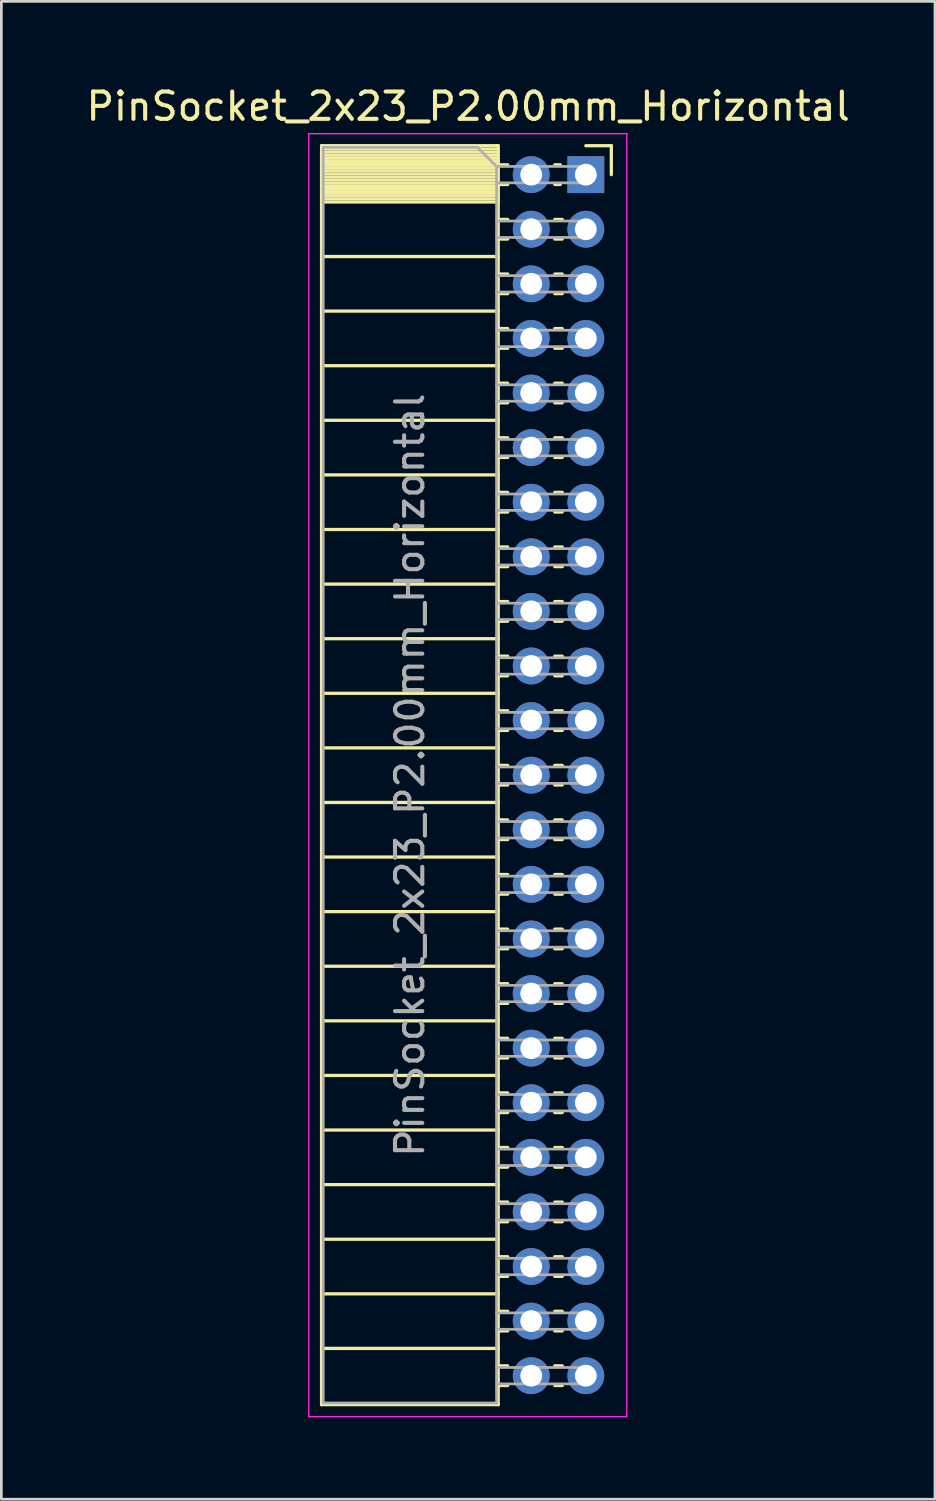
<source format=kicad_pcb>
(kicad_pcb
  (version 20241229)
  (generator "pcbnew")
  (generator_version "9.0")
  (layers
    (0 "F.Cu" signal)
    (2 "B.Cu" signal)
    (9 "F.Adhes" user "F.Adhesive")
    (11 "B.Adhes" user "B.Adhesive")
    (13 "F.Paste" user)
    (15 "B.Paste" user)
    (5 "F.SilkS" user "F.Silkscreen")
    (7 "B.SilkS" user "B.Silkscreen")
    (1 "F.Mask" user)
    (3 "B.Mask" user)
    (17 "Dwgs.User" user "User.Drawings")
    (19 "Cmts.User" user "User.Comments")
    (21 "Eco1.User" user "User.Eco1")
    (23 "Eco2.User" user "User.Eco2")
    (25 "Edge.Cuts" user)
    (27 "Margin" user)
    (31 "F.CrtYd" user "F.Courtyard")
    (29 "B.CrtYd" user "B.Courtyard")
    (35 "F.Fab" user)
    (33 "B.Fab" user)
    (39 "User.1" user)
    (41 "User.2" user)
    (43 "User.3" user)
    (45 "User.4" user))
  (footprint "PinSocket_2x23_P2.00mm_Horizontal"
    (layer "F.Cu")
    (at 18.411 3.348)
    (property "Reference" "PinSocket_2x23_P2.00mm_Horizontal" (at -4.31 -2.5 0) (layer "F.SilkS") (effects (font (size 1 1) (thickness 0.15))))
    (attr through_hole)
    (fp_line (start -9.68 -1.06) (end -9.68 45.06) (stroke (width 0.12) (type solid)) (layer "F.SilkS"))
    (fp_line (start -9.68 -1.06) (end -3.21 -1.06) (stroke (width 0.12) (type solid)) (layer "F.SilkS"))
    (fp_line (start -9.68 -0.94) (end -3.21 -0.94) (stroke (width 0.12) (type solid)) (layer "F.SilkS"))
    (fp_line (start -9.68 -0.826) (end -3.21 -0.826) (stroke (width 0.12) (type solid)) (layer "F.SilkS"))
    (fp_line (start -9.68 -0.712) (end -3.21 -0.712) (stroke (width 0.12) (type solid)) (layer "F.SilkS"))
    (fp_line (start -9.68 -0.598) (end -3.21 -0.598) (stroke (width 0.12) (type solid)) (layer "F.SilkS"))
    (fp_line (start -9.68 -0.484) (end -3.21 -0.484) (stroke (width 0.12) (type solid)) (layer "F.SilkS"))
    (fp_line (start -9.68 -0.369) (end -3.21 -0.369) (stroke (width 0.12) (type solid)) (layer "F.SilkS"))
    (fp_line (start -9.68 -0.255) (end -3.21 -0.255) (stroke (width 0.12) (type solid)) (layer "F.SilkS"))
    (fp_line (start -9.68 -0.141) (end -3.21 -0.141) (stroke (width 0.12) (type solid)) (layer "F.SilkS"))
    (fp_line (start -9.68 -0.027) (end -3.21 -0.027) (stroke (width 0.12) (type solid)) (layer "F.SilkS"))
    (fp_line (start -9.68 0.087) (end -3.21 0.087) (stroke (width 0.12) (type solid)) (layer "F.SilkS"))
    (fp_line (start -9.68 0.201) (end -3.21 0.201) (stroke (width 0.12) (type solid)) (layer "F.SilkS"))
    (fp_line (start -9.68 0.315) (end -3.21 0.315) (stroke (width 0.12) (type solid)) (layer "F.SilkS"))
    (fp_line (start -9.68 0.429) (end -3.21 0.429) (stroke (width 0.12) (type solid)) (layer "F.SilkS"))
    (fp_line (start -9.68 0.544) (end -3.21 0.544) (stroke (width 0.12) (type solid)) (layer "F.SilkS"))
    (fp_line (start -9.68 0.658) (end -3.21 0.658) (stroke (width 0.12) (type solid)) (layer "F.SilkS"))
    (fp_line (start -9.68 0.772) (end -3.21 0.772) (stroke (width 0.12) (type solid)) (layer "F.SilkS"))
    (fp_line (start -9.68 0.886) (end -3.21 0.886) (stroke (width 0.12) (type solid)) (layer "F.SilkS"))
    (fp_line (start -9.68 1) (end -3.21 1) (stroke (width 0.12) (type solid)) (layer "F.SilkS"))
    (fp_line (start -9.68 3) (end -3.21 3) (stroke (width 0.12) (type solid)) (layer "F.SilkS"))
    (fp_line (start -9.68 5) (end -3.21 5) (stroke (width 0.12) (type solid)) (layer "F.SilkS"))
    (fp_line (start -9.68 7) (end -3.21 7) (stroke (width 0.12) (type solid)) (layer "F.SilkS"))
    (fp_line (start -9.68 9) (end -3.21 9) (stroke (width 0.12) (type solid)) (layer "F.SilkS"))
    (fp_line (start -9.68 11) (end -3.21 11) (stroke (width 0.12) (type solid)) (layer "F.SilkS"))
    (fp_line (start -9.68 13) (end -3.21 13) (stroke (width 0.12) (type solid)) (layer "F.SilkS"))
    (fp_line (start -9.68 15) (end -3.21 15) (stroke (width 0.12) (type solid)) (layer "F.SilkS"))
    (fp_line (start -9.68 17) (end -3.21 17) (stroke (width 0.12) (type solid)) (layer "F.SilkS"))
    (fp_line (start -9.68 19) (end -3.21 19) (stroke (width 0.12) (type solid)) (layer "F.SilkS"))
    (fp_line (start -9.68 21) (end -3.21 21) (stroke (width 0.12) (type solid)) (layer "F.SilkS"))
    (fp_line (start -9.68 23) (end -3.21 23) (stroke (width 0.12) (type solid)) (layer "F.SilkS"))
    (fp_line (start -9.68 25) (end -3.21 25) (stroke (width 0.12) (type solid)) (layer "F.SilkS"))
    (fp_line (start -9.68 27) (end -3.21 27) (stroke (width 0.12) (type solid)) (layer "F.SilkS"))
    (fp_line (start -9.68 29) (end -3.21 29) (stroke (width 0.12) (type solid)) (layer "F.SilkS"))
    (fp_line (start -9.68 31) (end -3.21 31) (stroke (width 0.12) (type solid)) (layer "F.SilkS"))
    (fp_line (start -9.68 33) (end -3.21 33) (stroke (width 0.12) (type solid)) (layer "F.SilkS"))
    (fp_line (start -9.68 35) (end -3.21 35) (stroke (width 0.12) (type solid)) (layer "F.SilkS"))
    (fp_line (start -9.68 37) (end -3.21 37) (stroke (width 0.12) (type solid)) (layer "F.SilkS"))
    (fp_line (start -9.68 39) (end -3.21 39) (stroke (width 0.12) (type solid)) (layer "F.SilkS"))
    (fp_line (start -9.68 41) (end -3.21 41) (stroke (width 0.12) (type solid)) (layer "F.SilkS"))
    (fp_line (start -9.68 43) (end -3.21 43) (stroke (width 0.12) (type solid)) (layer "F.SilkS"))
    (fp_line (start -9.68 45.06) (end -3.21 45.06) (stroke (width 0.12) (type solid)) (layer "F.SilkS"))
    (fp_line (start -3.21 -1.06) (end -3.21 45.06) (stroke (width 0.12) (type solid)) (layer "F.SilkS"))
    (fp_line (start -3.21 -0.36) (end -2.863 -0.36) (stroke (width 0.12) (type solid)) (layer "F.SilkS"))
    (fp_line (start -3.21 0.36) (end -2.863 0.36) (stroke (width 0.12) (type solid)) (layer "F.SilkS"))
    (fp_line (start -3.21 1.64) (end -2.863 1.64) (stroke (width 0.12) (type solid)) (layer "F.SilkS"))
    (fp_line (start -3.21 2.36) (end -2.863 2.36) (stroke (width 0.12) (type solid)) (layer "F.SilkS"))
    (fp_line (start -3.21 3.64) (end -2.863 3.64) (stroke (width 0.12) (type solid)) (layer "F.SilkS"))
    (fp_line (start -3.21 4.36) (end -2.863 4.36) (stroke (width 0.12) (type solid)) (layer "F.SilkS"))
    (fp_line (start -3.21 5.64) (end -2.863 5.64) (stroke (width 0.12) (type solid)) (layer "F.SilkS"))
    (fp_line (start -3.21 6.36) (end -2.863 6.36) (stroke (width 0.12) (type solid)) (layer "F.SilkS"))
    (fp_line (start -3.21 7.64) (end -2.863 7.64) (stroke (width 0.12) (type solid)) (layer "F.SilkS"))
    (fp_line (start -3.21 8.36) (end -2.863 8.36) (stroke (width 0.12) (type solid)) (layer "F.SilkS"))
    (fp_line (start -3.21 9.64) (end -2.863 9.64) (stroke (width 0.12) (type solid)) (layer "F.SilkS"))
    (fp_line (start -3.21 10.36) (end -2.863 10.36) (stroke (width 0.12) (type solid)) (layer "F.SilkS"))
    (fp_line (start -3.21 11.64) (end -2.863 11.64) (stroke (width 0.12) (type solid)) (layer "F.SilkS"))
    (fp_line (start -3.21 12.36) (end -2.863 12.36) (stroke (width 0.12) (type solid)) (layer "F.SilkS"))
    (fp_line (start -3.21 13.64) (end -2.863 13.64) (stroke (width 0.12) (type solid)) (layer "F.SilkS"))
    (fp_line (start -3.21 14.36) (end -2.863 14.36) (stroke (width 0.12) (type solid)) (layer "F.SilkS"))
    (fp_line (start -3.21 15.64) (end -2.863 15.64) (stroke (width 0.12) (type solid)) (layer "F.SilkS"))
    (fp_line (start -3.21 16.36) (end -2.863 16.36) (stroke (width 0.12) (type solid)) (layer "F.SilkS"))
    (fp_line (start -3.21 17.64) (end -2.863 17.64) (stroke (width 0.12) (type solid)) (layer "F.SilkS"))
    (fp_line (start -3.21 18.36) (end -2.863 18.36) (stroke (width 0.12) (type solid)) (layer "F.SilkS"))
    (fp_line (start -3.21 19.64) (end -2.863 19.64) (stroke (width 0.12) (type solid)) (layer "F.SilkS"))
    (fp_line (start -3.21 20.36) (end -2.863 20.36) (stroke (width 0.12) (type solid)) (layer "F.SilkS"))
    (fp_line (start -3.21 21.64) (end -2.863 21.64) (stroke (width 0.12) (type solid)) (layer "F.SilkS"))
    (fp_line (start -3.21 22.36) (end -2.863 22.36) (stroke (width 0.12) (type solid)) (layer "F.SilkS"))
    (fp_line (start -3.21 23.64) (end -2.863 23.64) (stroke (width 0.12) (type solid)) (layer "F.SilkS"))
    (fp_line (start -3.21 24.36) (end -2.863 24.36) (stroke (width 0.12) (type solid)) (layer "F.SilkS"))
    (fp_line (start -3.21 25.64) (end -2.863 25.64) (stroke (width 0.12) (type solid)) (layer "F.SilkS"))
    (fp_line (start -3.21 26.36) (end -2.863 26.36) (stroke (width 0.12) (type solid)) (layer "F.SilkS"))
    (fp_line (start -3.21 27.64) (end -2.863 27.64) (stroke (width 0.12) (type solid)) (layer "F.SilkS"))
    (fp_line (start -3.21 28.36) (end -2.863 28.36) (stroke (width 0.12) (type solid)) (layer "F.SilkS"))
    (fp_line (start -3.21 29.64) (end -2.863 29.64) (stroke (width 0.12) (type solid)) (layer "F.SilkS"))
    (fp_line (start -3.21 30.36) (end -2.863 30.36) (stroke (width 0.12) (type solid)) (layer "F.SilkS"))
    (fp_line (start -3.21 31.64) (end -2.863 31.64) (stroke (width 0.12) (type solid)) (layer "F.SilkS"))
    (fp_line (start -3.21 32.36) (end -2.863 32.36) (stroke (width 0.12) (type solid)) (layer "F.SilkS"))
    (fp_line (start -3.21 33.64) (end -2.863 33.64) (stroke (width 0.12) (type solid)) (layer "F.SilkS"))
    (fp_line (start -3.21 34.36) (end -2.863 34.36) (stroke (width 0.12) (type solid)) (layer "F.SilkS"))
    (fp_line (start -3.21 35.64) (end -2.863 35.64) (stroke (width 0.12) (type solid)) (layer "F.SilkS"))
    (fp_line (start -3.21 36.36) (end -2.863 36.36) (stroke (width 0.12) (type solid)) (layer "F.SilkS"))
    (fp_line (start -3.21 37.64) (end -2.863 37.64) (stroke (width 0.12) (type solid)) (layer "F.SilkS"))
    (fp_line (start -3.21 38.36) (end -2.863 38.36) (stroke (width 0.12) (type solid)) (layer "F.SilkS"))
    (fp_line (start -3.21 39.64) (end -2.863 39.64) (stroke (width 0.12) (type solid)) (layer "F.SilkS"))
    (fp_line (start -3.21 40.36) (end -2.863 40.36) (stroke (width 0.12) (type solid)) (layer "F.SilkS"))
    (fp_line (start -3.21 41.64) (end -2.863 41.64) (stroke (width 0.12) (type solid)) (layer "F.SilkS"))
    (fp_line (start -3.21 42.36) (end -2.863 42.36) (stroke (width 0.12) (type solid)) (layer "F.SilkS"))
    (fp_line (start -3.21 43.64) (end -2.863 43.64) (stroke (width 0.12) (type solid)) (layer "F.SilkS"))
    (fp_line (start -3.21 44.36) (end -2.863 44.36) (stroke (width 0.12) (type solid)) (layer "F.SilkS"))
    (fp_line (start -1.137 -0.36) (end -0.935 -0.36) (stroke (width 0.12) (type solid)) (layer "F.SilkS"))
    (fp_line (start -1.137 0.36) (end -0.935 0.36) (stroke (width 0.12) (type solid)) (layer "F.SilkS"))
    (fp_line (start -1.137 1.64) (end -0.863 1.64) (stroke (width 0.12) (type solid)) (layer "F.SilkS"))
    (fp_line (start -1.137 2.36) (end -0.863 2.36) (stroke (width 0.12) (type solid)) (layer "F.SilkS"))
    (fp_line (start -1.137 3.64) (end -0.863 3.64) (stroke (width 0.12) (type solid)) (layer "F.SilkS"))
    (fp_line (start -1.137 4.36) (end -0.863 4.36) (stroke (width 0.12) (type solid)) (layer "F.SilkS"))
    (fp_line (start -1.137 5.64) (end -0.863 5.64) (stroke (width 0.12) (type solid)) (layer "F.SilkS"))
    (fp_line (start -1.137 6.36) (end -0.863 6.36) (stroke (width 0.12) (type solid)) (layer "F.SilkS"))
    (fp_line (start -1.137 7.64) (end -0.863 7.64) (stroke (width 0.12) (type solid)) (layer "F.SilkS"))
    (fp_line (start -1.137 8.36) (end -0.863 8.36) (stroke (width 0.12) (type solid)) (layer "F.SilkS"))
    (fp_line (start -1.137 9.64) (end -0.863 9.64) (stroke (width 0.12) (type solid)) (layer "F.SilkS"))
    (fp_line (start -1.137 10.36) (end -0.863 10.36) (stroke (width 0.12) (type solid)) (layer "F.SilkS"))
    (fp_line (start -1.137 11.64) (end -0.863 11.64) (stroke (width 0.12) (type solid)) (layer "F.SilkS"))
    (fp_line (start -1.137 12.36) (end -0.863 12.36) (stroke (width 0.12) (type solid)) (layer "F.SilkS"))
    (fp_line (start -1.137 13.64) (end -0.863 13.64) (stroke (width 0.12) (type solid)) (layer "F.SilkS"))
    (fp_line (start -1.137 14.36) (end -0.863 14.36) (stroke (width 0.12) (type solid)) (layer "F.SilkS"))
    (fp_line (start -1.137 15.64) (end -0.863 15.64) (stroke (width 0.12) (type solid)) (layer "F.SilkS"))
    (fp_line (start -1.137 16.36) (end -0.863 16.36) (stroke (width 0.12) (type solid)) (layer "F.SilkS"))
    (fp_line (start -1.137 17.64) (end -0.863 17.64) (stroke (width 0.12) (type solid)) (layer "F.SilkS"))
    (fp_line (start -1.137 18.36) (end -0.863 18.36) (stroke (width 0.12) (type solid)) (layer "F.SilkS"))
    (fp_line (start -1.137 19.64) (end -0.863 19.64) (stroke (width 0.12) (type solid)) (layer "F.SilkS"))
    (fp_line (start -1.137 20.36) (end -0.863 20.36) (stroke (width 0.12) (type solid)) (layer "F.SilkS"))
    (fp_line (start -1.137 21.64) (end -0.863 21.64) (stroke (width 0.12) (type solid)) (layer "F.SilkS"))
    (fp_line (start -1.137 22.36) (end -0.863 22.36) (stroke (width 0.12) (type solid)) (layer "F.SilkS"))
    (fp_line (start -1.137 23.64) (end -0.863 23.64) (stroke (width 0.12) (type solid)) (layer "F.SilkS"))
    (fp_line (start -1.137 24.36) (end -0.863 24.36) (stroke (width 0.12) (type solid)) (layer "F.SilkS"))
    (fp_line (start -1.137 25.64) (end -0.863 25.64) (stroke (width 0.12) (type solid)) (layer "F.SilkS"))
    (fp_line (start -1.137 26.36) (end -0.863 26.36) (stroke (width 0.12) (type solid)) (layer "F.SilkS"))
    (fp_line (start -1.137 27.64) (end -0.863 27.64) (stroke (width 0.12) (type solid)) (layer "F.SilkS"))
    (fp_line (start -1.137 28.36) (end -0.863 28.36) (stroke (width 0.12) (type solid)) (layer "F.SilkS"))
    (fp_line (start -1.137 29.64) (end -0.863 29.64) (stroke (width 0.12) (type solid)) (layer "F.SilkS"))
    (fp_line (start -1.137 30.36) (end -0.863 30.36) (stroke (width 0.12) (type solid)) (layer "F.SilkS"))
    (fp_line (start -1.137 31.64) (end -0.863 31.64) (stroke (width 0.12) (type solid)) (layer "F.SilkS"))
    (fp_line (start -1.137 32.36) (end -0.863 32.36) (stroke (width 0.12) (type solid)) (layer "F.SilkS"))
    (fp_line (start -1.137 33.64) (end -0.863 33.64) (stroke (width 0.12) (type solid)) (layer "F.SilkS"))
    (fp_line (start -1.137 34.36) (end -0.863 34.36) (stroke (width 0.12) (type solid)) (layer "F.SilkS"))
    (fp_line (start -1.137 35.64) (end -0.863 35.64) (stroke (width 0.12) (type solid)) (layer "F.SilkS"))
    (fp_line (start -1.137 36.36) (end -0.863 36.36) (stroke (width 0.12) (type solid)) (layer "F.SilkS"))
    (fp_line (start -1.137 37.64) (end -0.863 37.64) (stroke (width 0.12) (type solid)) (layer "F.SilkS"))
    (fp_line (start -1.137 38.36) (end -0.863 38.36) (stroke (width 0.12) (type solid)) (layer "F.SilkS"))
    (fp_line (start -1.137 39.64) (end -0.863 39.64) (stroke (width 0.12) (type solid)) (layer "F.SilkS"))
    (fp_line (start -1.137 40.36) (end -0.863 40.36) (stroke (width 0.12) (type solid)) (layer "F.SilkS"))
    (fp_line (start -1.137 41.64) (end -0.863 41.64) (stroke (width 0.12) (type solid)) (layer "F.SilkS"))
    (fp_line (start -1.137 42.36) (end -0.863 42.36) (stroke (width 0.12) (type solid)) (layer "F.SilkS"))
    (fp_line (start -1.137 43.64) (end -0.863 43.64) (stroke (width 0.12) (type solid)) (layer "F.SilkS"))
    (fp_line (start -1.137 44.36) (end -0.863 44.36) (stroke (width 0.12) (type solid)) (layer "F.SilkS"))
    (fp_line (start 0 -1.06) (end 0.935 -1.06) (stroke (width 0.12) (type solid)) (layer "F.SilkS"))
    (fp_line (start 0.935 -1.06) (end 0.935 0) (stroke (width 0.12) (type solid)) (layer "F.SilkS"))
    (fp_line (start -10.15 -1.5) (end -10.15 45.5) (stroke (width 0.05) (type solid)) (layer "F.CrtYd"))
    (fp_line (start -10.15 45.5) (end 1.5 45.5) (stroke (width 0.05) (type solid)) (layer "F.CrtYd"))
    (fp_line (start 1.5 -1.5) (end -10.15 -1.5) (stroke (width 0.05) (type solid)) (layer "F.CrtYd"))
    (fp_line (start 1.5 45.5) (end 1.5 -1.5) (stroke (width 0.05) (type solid)) (layer "F.CrtYd"))
    (fp_line (start -9.62 -1) (end -3.97 -1) (stroke (width 0.1) (type solid)) (layer "F.Fab"))
    (fp_line (start -9.62 45) (end -9.62 -1) (stroke (width 0.1) (type solid)) (layer "F.Fab"))
    (fp_line (start -3.97 -1) (end -3.27 -0.3) (stroke (width 0.1) (type solid)) (layer "F.Fab"))
    (fp_line (start -3.27 -0.3) (end -3.27 45) (stroke (width 0.1) (type solid)) (layer "F.Fab"))
    (fp_line (start -3.27 0.3) (end 0 0.3) (stroke (width 0.1) (type solid)) (layer "F.Fab"))
    (fp_line (start -3.27 2.3) (end 0 2.3) (stroke (width 0.1) (type solid)) (layer "F.Fab"))
    (fp_line (start -3.27 4.3) (end 0 4.3) (stroke (width 0.1) (type solid)) (layer "F.Fab"))
    (fp_line (start -3.27 6.3) (end 0 6.3) (stroke (width 0.1) (type solid)) (layer "F.Fab"))
    (fp_line (start -3.27 8.3) (end 0 8.3) (stroke (width 0.1) (type solid)) (layer "F.Fab"))
    (fp_line (start -3.27 10.3) (end 0 10.3) (stroke (width 0.1) (type solid)) (layer "F.Fab"))
    (fp_line (start -3.27 12.3) (end 0 12.3) (stroke (width 0.1) (type solid)) (layer "F.Fab"))
    (fp_line (start -3.27 14.3) (end 0 14.3) (stroke (width 0.1) (type solid)) (layer "F.Fab"))
    (fp_line (start -3.27 16.3) (end 0 16.3) (stroke (width 0.1) (type solid)) (layer "F.Fab"))
    (fp_line (start -3.27 18.3) (end 0 18.3) (stroke (width 0.1) (type solid)) (layer "F.Fab"))
    (fp_line (start -3.27 20.3) (end 0 20.3) (stroke (width 0.1) (type solid)) (layer "F.Fab"))
    (fp_line (start -3.27 22.3) (end 0 22.3) (stroke (width 0.1) (type solid)) (layer "F.Fab"))
    (fp_line (start -3.27 24.3) (end 0 24.3) (stroke (width 0.1) (type solid)) (layer "F.Fab"))
    (fp_line (start -3.27 26.3) (end 0 26.3) (stroke (width 0.1) (type solid)) (layer "F.Fab"))
    (fp_line (start -3.27 28.3) (end 0 28.3) (stroke (width 0.1) (type solid)) (layer "F.Fab"))
    (fp_line (start -3.27 30.3) (end 0 30.3) (stroke (width 0.1) (type solid)) (layer "F.Fab"))
    (fp_line (start -3.27 32.3) (end 0 32.3) (stroke (width 0.1) (type solid)) (layer "F.Fab"))
    (fp_line (start -3.27 34.3) (end 0 34.3) (stroke (width 0.1) (type solid)) (layer "F.Fab"))
    (fp_line (start -3.27 36.3) (end 0 36.3) (stroke (width 0.1) (type solid)) (layer "F.Fab"))
    (fp_line (start -3.27 38.3) (end 0 38.3) (stroke (width 0.1) (type solid)) (layer "F.Fab"))
    (fp_line (start -3.27 40.3) (end 0 40.3) (stroke (width 0.1) (type solid)) (layer "F.Fab"))
    (fp_line (start -3.27 42.3) (end 0 42.3) (stroke (width 0.1) (type solid)) (layer "F.Fab"))
    (fp_line (start -3.27 44.3) (end 0 44.3) (stroke (width 0.1) (type solid)) (layer "F.Fab"))
    (fp_line (start -3.27 45) (end -9.62 45) (stroke (width 0.1) (type solid)) (layer "F.Fab"))
    (fp_line (start 0 -0.3) (end -3.27 -0.3) (stroke (width 0.1) (type solid)) (layer "F.Fab"))
    (fp_line (start 0 0.3) (end 0 -0.3) (stroke (width 0.1) (type solid)) (layer "F.Fab"))
    (fp_line (start 0 1.7) (end -3.27 1.7) (stroke (width 0.1) (type solid)) (layer "F.Fab"))
    (fp_line (start 0 2.3) (end 0 1.7) (stroke (width 0.1) (type solid)) (layer "F.Fab"))
    (fp_line (start 0 3.7) (end -3.27 3.7) (stroke (width 0.1) (type solid)) (layer "F.Fab"))
    (fp_line (start 0 4.3) (end 0 3.7) (stroke (width 0.1) (type solid)) (layer "F.Fab"))
    (fp_line (start 0 5.7) (end -3.27 5.7) (stroke (width 0.1) (type solid)) (layer "F.Fab"))
    (fp_line (start 0 6.3) (end 0 5.7) (stroke (width 0.1) (type solid)) (layer "F.Fab"))
    (fp_line (start 0 7.7) (end -3.27 7.7) (stroke (width 0.1) (type solid)) (layer "F.Fab"))
    (fp_line (start 0 8.3) (end 0 7.7) (stroke (width 0.1) (type solid)) (layer "F.Fab"))
    (fp_line (start 0 9.7) (end -3.27 9.7) (stroke (width 0.1) (type solid)) (layer "F.Fab"))
    (fp_line (start 0 10.3) (end 0 9.7) (stroke (width 0.1) (type solid)) (layer "F.Fab"))
    (fp_line (start 0 11.7) (end -3.27 11.7) (stroke (width 0.1) (type solid)) (layer "F.Fab"))
    (fp_line (start 0 12.3) (end 0 11.7) (stroke (width 0.1) (type solid)) (layer "F.Fab"))
    (fp_line (start 0 13.7) (end -3.27 13.7) (stroke (width 0.1) (type solid)) (layer "F.Fab"))
    (fp_line (start 0 14.3) (end 0 13.7) (stroke (width 0.1) (type solid)) (layer "F.Fab"))
    (fp_line (start 0 15.7) (end -3.27 15.7) (stroke (width 0.1) (type solid)) (layer "F.Fab"))
    (fp_line (start 0 16.3) (end 0 15.7) (stroke (width 0.1) (type solid)) (layer "F.Fab"))
    (fp_line (start 0 17.7) (end -3.27 17.7) (stroke (width 0.1) (type solid)) (layer "F.Fab"))
    (fp_line (start 0 18.3) (end 0 17.7) (stroke (width 0.1) (type solid)) (layer "F.Fab"))
    (fp_line (start 0 19.7) (end -3.27 19.7) (stroke (width 0.1) (type solid)) (layer "F.Fab"))
    (fp_line (start 0 20.3) (end 0 19.7) (stroke (width 0.1) (type solid)) (layer "F.Fab"))
    (fp_line (start 0 21.7) (end -3.27 21.7) (stroke (width 0.1) (type solid)) (layer "F.Fab"))
    (fp_line (start 0 22.3) (end 0 21.7) (stroke (width 0.1) (type solid)) (layer "F.Fab"))
    (fp_line (start 0 23.7) (end -3.27 23.7) (stroke (width 0.1) (type solid)) (layer "F.Fab"))
    (fp_line (start 0 24.3) (end 0 23.7) (stroke (width 0.1) (type solid)) (layer "F.Fab"))
    (fp_line (start 0 25.7) (end -3.27 25.7) (stroke (width 0.1) (type solid)) (layer "F.Fab"))
    (fp_line (start 0 26.3) (end 0 25.7) (stroke (width 0.1) (type solid)) (layer "F.Fab"))
    (fp_line (start 0 27.7) (end -3.27 27.7) (stroke (width 0.1) (type solid)) (layer "F.Fab"))
    (fp_line (start 0 28.3) (end 0 27.7) (stroke (width 0.1) (type solid)) (layer "F.Fab"))
    (fp_line (start 0 29.7) (end -3.27 29.7) (stroke (width 0.1) (type solid)) (layer "F.Fab"))
    (fp_line (start 0 30.3) (end 0 29.7) (stroke (width 0.1) (type solid)) (layer "F.Fab"))
    (fp_line (start 0 31.7) (end -3.27 31.7) (stroke (width 0.1) (type solid)) (layer "F.Fab"))
    (fp_line (start 0 32.3) (end 0 31.7) (stroke (width 0.1) (type solid)) (layer "F.Fab"))
    (fp_line (start 0 33.7) (end -3.27 33.7) (stroke (width 0.1) (type solid)) (layer "F.Fab"))
    (fp_line (start 0 34.3) (end 0 33.7) (stroke (width 0.1) (type solid)) (layer "F.Fab"))
    (fp_line (start 0 35.7) (end -3.27 35.7) (stroke (width 0.1) (type solid)) (layer "F.Fab"))
    (fp_line (start 0 36.3) (end 0 35.7) (stroke (width 0.1) (type solid)) (layer "F.Fab"))
    (fp_line (start 0 37.7) (end -3.27 37.7) (stroke (width 0.1) (type solid)) (layer "F.Fab"))
    (fp_line (start 0 38.3) (end 0 37.7) (stroke (width 0.1) (type solid)) (layer "F.Fab"))
    (fp_line (start 0 39.7) (end -3.27 39.7) (stroke (width 0.1) (type solid)) (layer "F.Fab"))
    (fp_line (start 0 40.3) (end 0 39.7) (stroke (width 0.1) (type solid)) (layer "F.Fab"))
    (fp_line (start 0 41.7) (end -3.27 41.7) (stroke (width 0.1) (type solid)) (layer "F.Fab"))
    (fp_line (start 0 42.3) (end 0 41.7) (stroke (width 0.1) (type solid)) (layer "F.Fab"))
    (fp_line (start 0 43.7) (end -3.27 43.7) (stroke (width 0.1) (type solid)) (layer "F.Fab"))
    (fp_line (start 0 44.3) (end 0 43.7) (stroke (width 0.1) (type solid)) (layer "F.Fab"))
    (fp_text user "${REFERENCE}" (at -6.445 22 90) (layer "F.Fab") (effects (font (size 1 1) (thickness 0.15))))
    (pad "1" thru_hole rect (at 0 0) (size 1.35 1.35) (drill 0.8) (layers "*.Cu" "*.Mask"))
    (pad "2" thru_hole oval (at -2 0) (size 1.35 1.35) (drill 0.8) (layers "*.Cu" "*.Mask"))
    (pad "3" thru_hole oval (at 0 2) (size 1.35 1.35) (drill 0.8) (layers "*.Cu" "*.Mask"))
    (pad "4" thru_hole oval (at -2 2) (size 1.35 1.35) (drill 0.8) (layers "*.Cu" "*.Mask"))
    (pad "5" thru_hole oval (at 0 4) (size 1.35 1.35) (drill 0.8) (layers "*.Cu" "*.Mask"))
    (pad "6" thru_hole oval (at -2 4) (size 1.35 1.35) (drill 0.8) (layers "*.Cu" "*.Mask"))
    (pad "7" thru_hole oval (at 0 6) (size 1.35 1.35) (drill 0.8) (layers "*.Cu" "*.Mask"))
    (pad "8" thru_hole oval (at -2 6) (size 1.35 1.35) (drill 0.8) (layers "*.Cu" "*.Mask"))
    (pad "9" thru_hole oval (at 0 8) (size 1.35 1.35) (drill 0.8) (layers "*.Cu" "*.Mask"))
    (pad "10" thru_hole oval (at -2 8) (size 1.35 1.35) (drill 0.8) (layers "*.Cu" "*.Mask"))
    (pad "11" thru_hole oval (at 0 10) (size 1.35 1.35) (drill 0.8) (layers "*.Cu" "*.Mask"))
    (pad "12" thru_hole oval (at -2 10) (size 1.35 1.35) (drill 0.8) (layers "*.Cu" "*.Mask"))
    (pad "13" thru_hole oval (at 0 12) (size 1.35 1.35) (drill 0.8) (layers "*.Cu" "*.Mask"))
    (pad "14" thru_hole oval (at -2 12) (size 1.35 1.35) (drill 0.8) (layers "*.Cu" "*.Mask"))
    (pad "15" thru_hole oval (at 0 14) (size 1.35 1.35) (drill 0.8) (layers "*.Cu" "*.Mask"))
    (pad "16" thru_hole oval (at -2 14) (size 1.35 1.35) (drill 0.8) (layers "*.Cu" "*.Mask"))
    (pad "17" thru_hole oval (at 0 16) (size 1.35 1.35) (drill 0.8) (layers "*.Cu" "*.Mask"))
    (pad "18" thru_hole oval (at -2 16) (size 1.35 1.35) (drill 0.8) (layers "*.Cu" "*.Mask"))
    (pad "19" thru_hole oval (at 0 18) (size 1.35 1.35) (drill 0.8) (layers "*.Cu" "*.Mask"))
    (pad "20" thru_hole oval (at -2 18) (size 1.35 1.35) (drill 0.8) (layers "*.Cu" "*.Mask"))
    (pad "21" thru_hole oval (at 0 20) (size 1.35 1.35) (drill 0.8) (layers "*.Cu" "*.Mask"))
    (pad "22" thru_hole oval (at -2 20) (size 1.35 1.35) (drill 0.8) (layers "*.Cu" "*.Mask"))
    (pad "23" thru_hole oval (at 0 22) (size 1.35 1.35) (drill 0.8) (layers "*.Cu" "*.Mask"))
    (pad "24" thru_hole oval (at -2 22) (size 1.35 1.35) (drill 0.8) (layers "*.Cu" "*.Mask"))
    (pad "25" thru_hole oval (at 0 24) (size 1.35 1.35) (drill 0.8) (layers "*.Cu" "*.Mask"))
    (pad "26" thru_hole oval (at -2 24) (size 1.35 1.35) (drill 0.8) (layers "*.Cu" "*.Mask"))
    (pad "27" thru_hole oval (at 0 26) (size 1.35 1.35) (drill 0.8) (layers "*.Cu" "*.Mask"))
    (pad "28" thru_hole oval (at -2 26) (size 1.35 1.35) (drill 0.8) (layers "*.Cu" "*.Mask"))
    (pad "29" thru_hole oval (at 0 28) (size 1.35 1.35) (drill 0.8) (layers "*.Cu" "*.Mask"))
    (pad "30" thru_hole oval (at -2 28) (size 1.35 1.35) (drill 0.8) (layers "*.Cu" "*.Mask"))
    (pad "31" thru_hole oval (at 0 30) (size 1.35 1.35) (drill 0.8) (layers "*.Cu" "*.Mask"))
    (pad "32" thru_hole oval (at -2 30) (size 1.35 1.35) (drill 0.8) (layers "*.Cu" "*.Mask"))
    (pad "33" thru_hole oval (at 0 32) (size 1.35 1.35) (drill 0.8) (layers "*.Cu" "*.Mask"))
    (pad "34" thru_hole oval (at -2 32) (size 1.35 1.35) (drill 0.8) (layers "*.Cu" "*.Mask"))
    (pad "35" thru_hole oval (at 0 34) (size 1.35 1.35) (drill 0.8) (layers "*.Cu" "*.Mask"))
    (pad "36" thru_hole oval (at -2 34) (size 1.35 1.35) (drill 0.8) (layers "*.Cu" "*.Mask"))
    (pad "37" thru_hole oval (at 0 36) (size 1.35 1.35) (drill 0.8) (layers "*.Cu" "*.Mask"))
    (pad "38" thru_hole oval (at -2 36) (size 1.35 1.35) (drill 0.8) (layers "*.Cu" "*.Mask"))
    (pad "39" thru_hole oval (at 0 38) (size 1.35 1.35) (drill 0.8) (layers "*.Cu" "*.Mask"))
    (pad "40" thru_hole oval (at -2 38) (size 1.35 1.35) (drill 0.8) (layers "*.Cu" "*.Mask"))
    (pad "41" thru_hole oval (at 0 40) (size 1.35 1.35) (drill 0.8) (layers "*.Cu" "*.Mask"))
    (pad "42" thru_hole oval (at -2 40) (size 1.35 1.35) (drill 0.8) (layers "*.Cu" "*.Mask"))
    (pad "43" thru_hole oval (at 0 42) (size 1.35 1.35) (drill 0.8) (layers "*.Cu" "*.Mask"))
    (pad "44" thru_hole oval (at -2 42) (size 1.35 1.35) (drill 0.8) (layers "*.Cu" "*.Mask"))
    (pad "45" thru_hole oval (at 0 44) (size 1.35 1.35) (drill 0.8) (layers "*.Cu" "*.Mask"))
    (pad "46" thru_hole oval (at -2 44) (size 1.35 1.35) (drill 0.8) (layers "*.Cu" "*.Mask")))
  (gr_rect
    (start -3 -3)
    (end 31.202 51.873)
    (stroke (width 0.1) (type default))
    (fill no)
    (layer "Edge.Cuts")))
</source>
